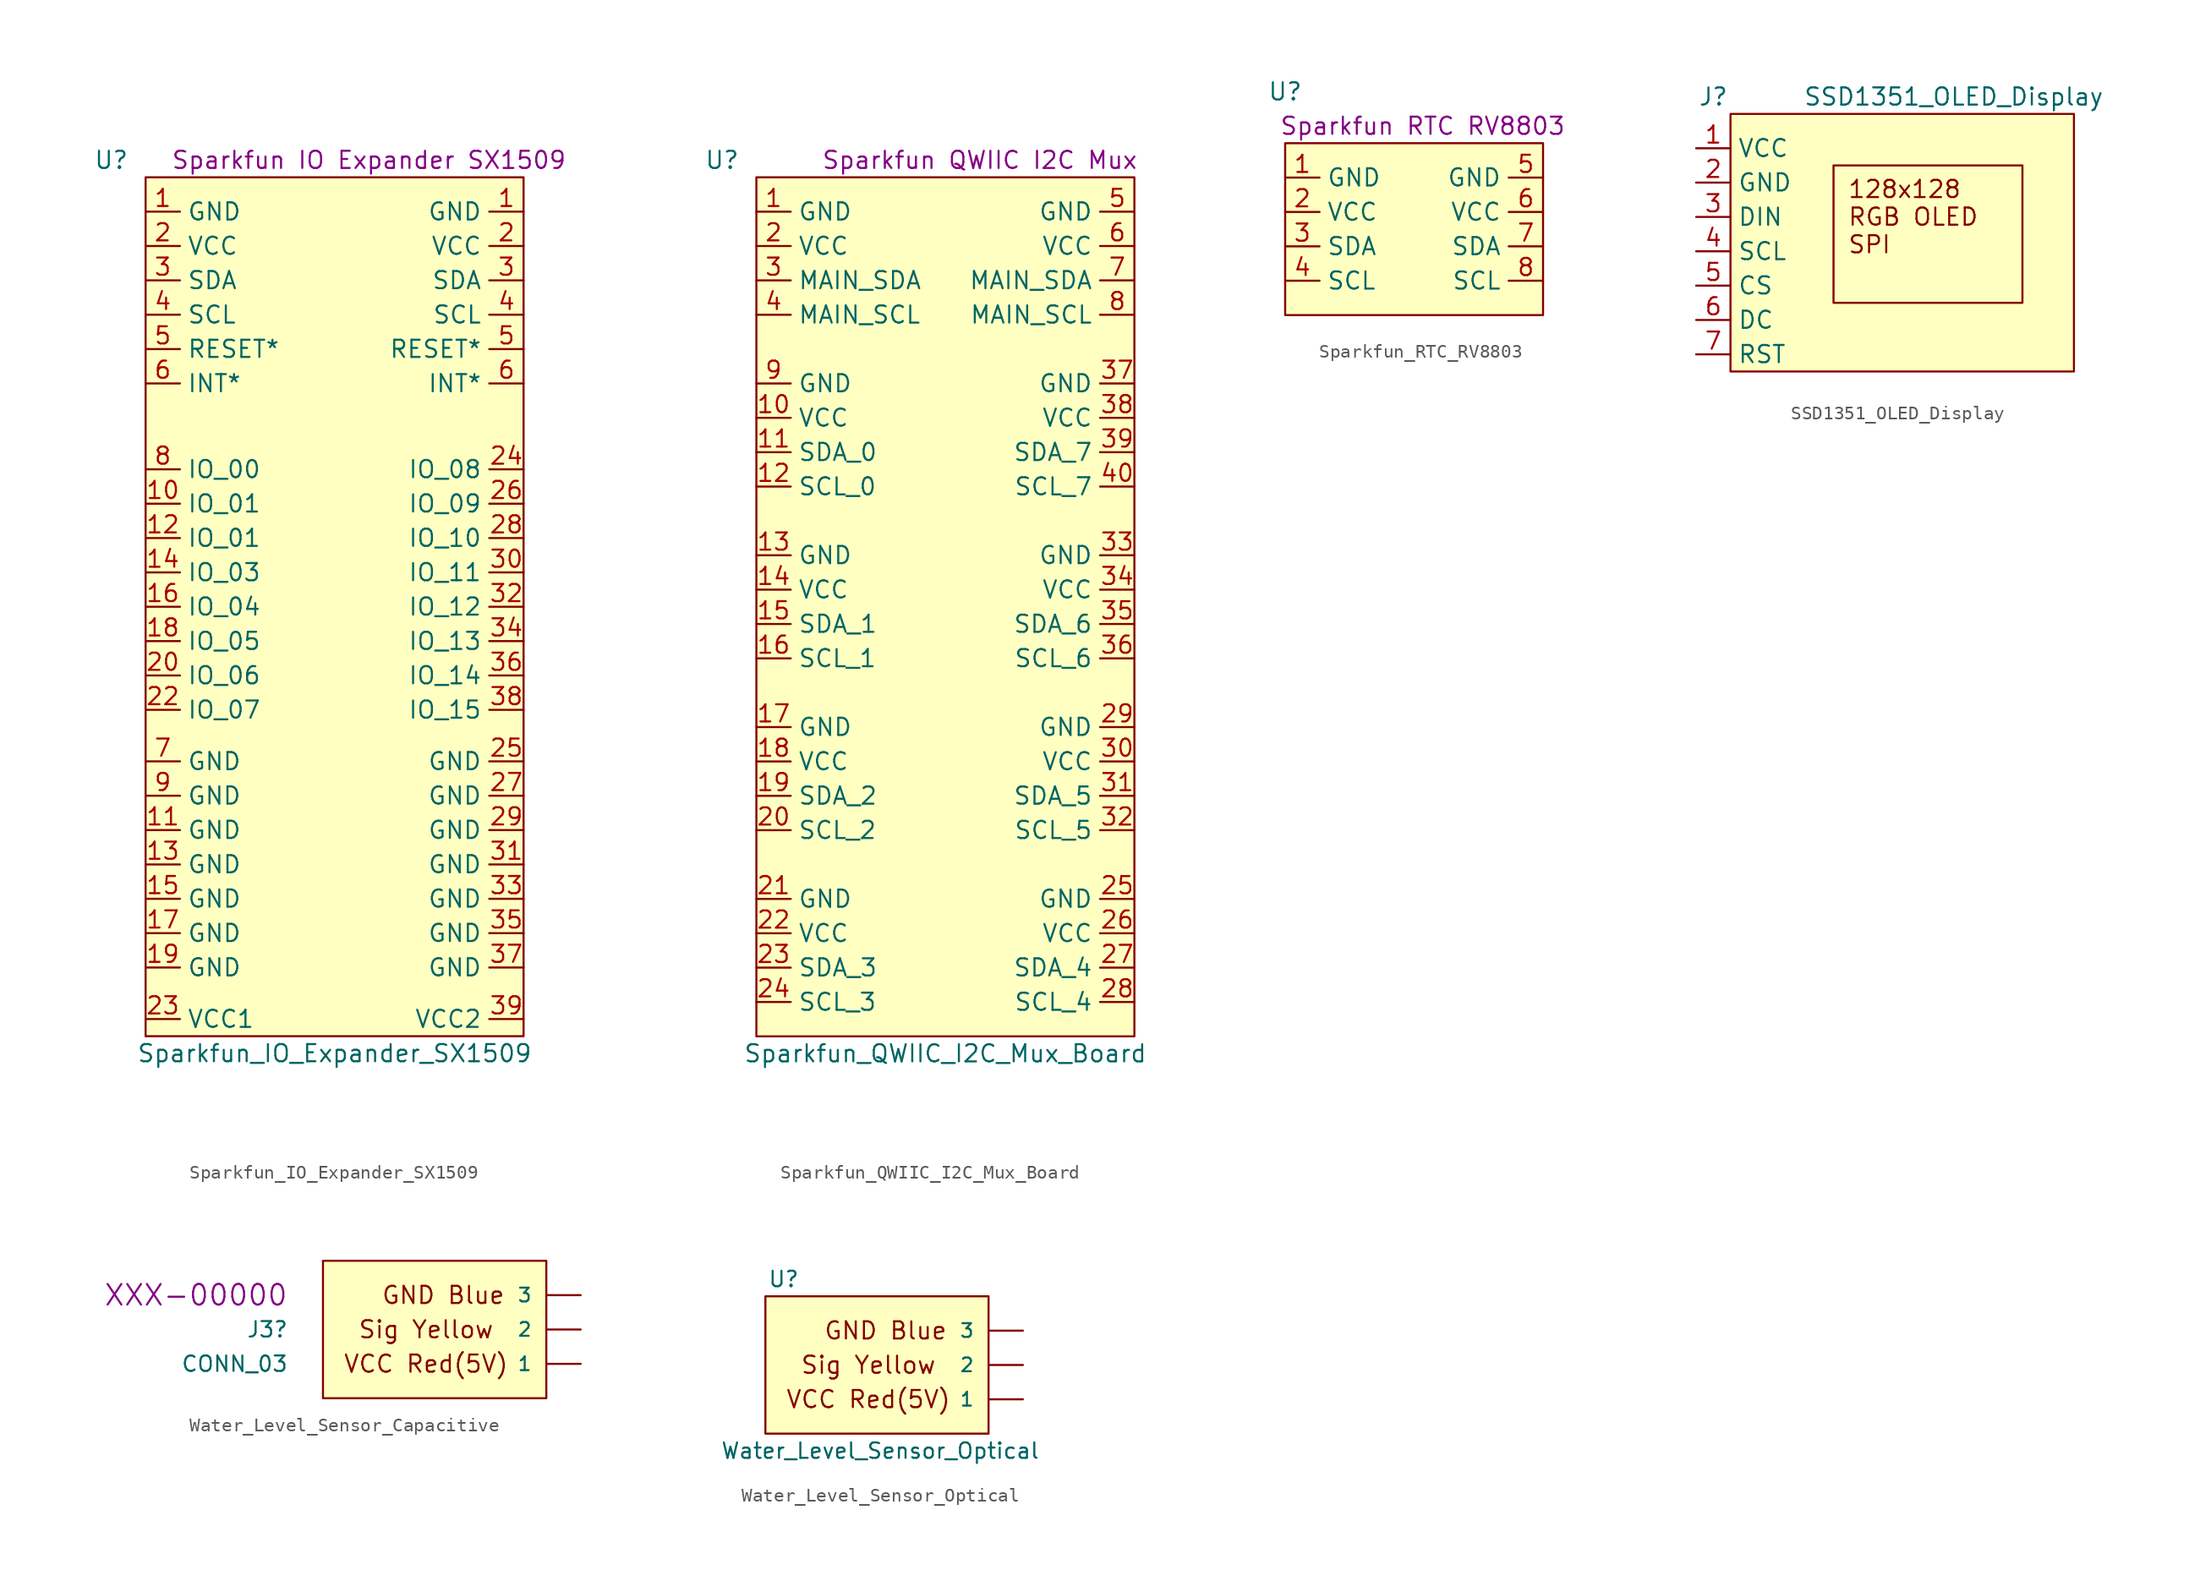
<source format=kicad_sym>
(kicad_symbol_lib
  (version 20220914)
  (generator kicad_symbol_editor)
  (symbol "Sparkfun_IO_Expander_SX1509"
    (property "Reference" "U"
      (at -2.54 0 0)
      (effects (font (size 1.27 1.27))))
    (property "Value" "Sparkfun_IO_Expander_SX1509"
      (at 13.97 -66.04 0)
      (effects (font (size 1.27 1.27))))
    (property "Description" "Sparkfun IO Expander SX1509"
      (at 16.51 0 0)
      (effects (font (size 1.27 1.27))))
    (symbol "Sparkfun_IO_Expander_SX1509_1_1"
      (rectangle (start 0 -1.27) (end 27.94 -64.77) (stroke (width 0) (type default)) (fill (type background)))
      (pin input line (at 0 -3.81 0) (length 2.54) (name "GND" (effects (font (size 1.27 1.27)))) (number "1" (effects (font (size 1.27 1.27)))))
      (pin input line (at 27.94 -3.81 180) (length 2.54) (name "GND" (effects (font (size 1.27 1.27)))) (number "1" (effects (font (size 1.27 1.27)))))
      (pin input line (at 0 -25.4 0) (length 2.54) (name "IO_01" (effects (font (size 1.27 1.27)))) (number "10" (effects (font (size 1.27 1.27)))))
      (pin input line (at 0 -49.53 0) (length 2.54) (name "GND" (effects (font (size 1.27 1.27)))) (number "11" (effects (font (size 1.27 1.27)))))
      (pin input line (at 0 -27.94 0) (length 2.54) (name "IO_01" (effects (font (size 1.27 1.27)))) (number "12" (effects (font (size 1.27 1.27)))))
      (pin input line (at 0 -52.07 0) (length 2.54) (name "GND" (effects (font (size 1.27 1.27)))) (number "13" (effects (font (size 1.27 1.27)))))
      (pin input line (at 0 -30.48 0) (length 2.54) (name "IO_03" (effects (font (size 1.27 1.27)))) (number "14" (effects (font (size 1.27 1.27)))))
      (pin input line (at 0 -54.61 0) (length 2.54) (name "GND" (effects (font (size 1.27 1.27)))) (number "15" (effects (font (size 1.27 1.27)))))
      (pin input line (at 0 -33.02 0) (length 2.54) (name "IO_04" (effects (font (size 1.27 1.27)))) (number "16" (effects (font (size 1.27 1.27)))))
      (pin input line (at 0 -57.15 0) (length 2.54) (name "GND" (effects (font (size 1.27 1.27)))) (number "17" (effects (font (size 1.27 1.27)))))
      (pin input line (at 0 -35.56 0) (length 2.54) (name "IO_05" (effects (font (size 1.27 1.27)))) (number "18" (effects (font (size 1.27 1.27)))))
      (pin input line (at 0 -59.69 0) (length 2.54) (name "GND" (effects (font (size 1.27 1.27)))) (number "19" (effects (font (size 1.27 1.27)))))
      (pin input line (at 0 -6.35 0) (length 2.54) (name "VCC" (effects (font (size 1.27 1.27)))) (number "2" (effects (font (size 1.27 1.27)))))
      (pin input line (at 27.94 -6.35 180) (length 2.54) (name "VCC" (effects (font (size 1.27 1.27)))) (number "2" (effects (font (size 1.27 1.27)))))
      (pin input line (at 0 -38.1 0) (length 2.54) (name "IO_06" (effects (font (size 1.27 1.27)))) (number "20" (effects (font (size 1.27 1.27)))))
      (pin input line (at 0 -40.64 0) (length 2.54) (name "IO_07" (effects (font (size 1.27 1.27)))) (number "22" (effects (font (size 1.27 1.27)))))
      (pin input line (at 0 -63.5 0) (length 2.54) (name "VCC1" (effects (font (size 1.27 1.27)))) (number "23" (effects (font (size 1.27 1.27)))))
      (pin input line (at 27.94 -22.86 180) (length 2.54) (name "IO_08" (effects (font (size 1.27 1.27)))) (number "24" (effects (font (size 1.27 1.27)))))
      (pin input line (at 27.94 -44.45 180) (length 2.54) (name "GND" (effects (font (size 1.27 1.27)))) (number "25" (effects (font (size 1.27 1.27)))))
      (pin input line (at 27.94 -25.4 180) (length 2.54) (name "IO_09" (effects (font (size 1.27 1.27)))) (number "26" (effects (font (size 1.27 1.27)))))
      (pin input line (at 27.94 -46.99 180) (length 2.54) (name "GND" (effects (font (size 1.27 1.27)))) (number "27" (effects (font (size 1.27 1.27)))))
      (pin input line (at 27.94 -27.94 180) (length 2.54) (name "IO_10" (effects (font (size 1.27 1.27)))) (number "28" (effects (font (size 1.27 1.27)))))
      (pin input line (at 27.94 -49.53 180) (length 2.54) (name "GND" (effects (font (size 1.27 1.27)))) (number "29" (effects (font (size 1.27 1.27)))))
      (pin input line (at 0 -8.89 0) (length 2.54) (name "SDA" (effects (font (size 1.27 1.27)))) (number "3" (effects (font (size 1.27 1.27)))))
      (pin input line (at 27.94 -8.89 180) (length 2.54) (name "SDA" (effects (font (size 1.27 1.27)))) (number "3" (effects (font (size 1.27 1.27)))))
      (pin input line (at 27.94 -30.48 180) (length 2.54) (name "IO_11" (effects (font (size 1.27 1.27)))) (number "30" (effects (font (size 1.27 1.27)))))
      (pin input line (at 27.94 -52.07 180) (length 2.54) (name "GND" (effects (font (size 1.27 1.27)))) (number "31" (effects (font (size 1.27 1.27)))))
      (pin input line (at 27.94 -33.02 180) (length 2.54) (name "IO_12" (effects (font (size 1.27 1.27)))) (number "32" (effects (font (size 1.27 1.27)))))
      (pin input line (at 27.94 -54.61 180) (length 2.54) (name "GND" (effects (font (size 1.27 1.27)))) (number "33" (effects (font (size 1.27 1.27)))))
      (pin input line (at 27.94 -35.56 180) (length 2.54) (name "IO_13" (effects (font (size 1.27 1.27)))) (number "34" (effects (font (size 1.27 1.27)))))
      (pin input line (at 27.94 -57.15 180) (length 2.54) (name "GND" (effects (font (size 1.27 1.27)))) (number "35" (effects (font (size 1.27 1.27)))))
      (pin input line (at 27.94 -38.1 180) (length 2.54) (name "IO_14" (effects (font (size 1.27 1.27)))) (number "36" (effects (font (size 1.27 1.27)))))
      (pin input line (at 27.94 -59.69 180) (length 2.54) (name "GND" (effects (font (size 1.27 1.27)))) (number "37" (effects (font (size 1.27 1.27)))))
      (pin input line (at 27.94 -40.64 180) (length 2.54) (name "IO_15" (effects (font (size 1.27 1.27)))) (number "38" (effects (font (size 1.27 1.27)))))
      (pin input line (at 27.94 -63.5 180) (length 2.54) (name "VCC2" (effects (font (size 1.27 1.27)))) (number "39" (effects (font (size 1.27 1.27)))))
      (pin input line (at 0 -11.43 0) (length 2.54) (name "SCL" (effects (font (size 1.27 1.27)))) (number "4" (effects (font (size 1.27 1.27)))))
      (pin input line (at 27.94 -11.43 180) (length 2.54) (name "SCL" (effects (font (size 1.27 1.27)))) (number "4" (effects (font (size 1.27 1.27)))))
      (pin input line (at 0 -13.97 0) (length 2.54) (name "RESET*" (effects (font (size 1.27 1.27)))) (number "5" (effects (font (size 1.27 1.27)))))
      (pin input line (at 27.94 -13.97 180) (length 2.54) (name "RESET*" (effects (font (size 1.27 1.27)))) (number "5" (effects (font (size 1.27 1.27)))))
      (pin input line (at 0 -16.51 0) (length 2.54) (name "INT*" (effects (font (size 1.27 1.27)))) (number "6" (effects (font (size 1.27 1.27)))))
      (pin input line (at 27.94 -16.51 180) (length 2.54) (name "INT*" (effects (font (size 1.27 1.27)))) (number "6" (effects (font (size 1.27 1.27)))))
      (pin input line (at 0 -44.45 0) (length 2.54) (name "GND" (effects (font (size 1.27 1.27)))) (number "7" (effects (font (size 1.27 1.27)))))
      (pin input line (at 0 -22.86 0) (length 2.54) (name "IO_00" (effects (font (size 1.27 1.27)))) (number "8" (effects (font (size 1.27 1.27)))))
      (pin input line (at 0 -46.99 0) (length 2.54) (name "GND" (effects (font (size 1.27 1.27)))) (number "9" (effects (font (size 1.27 1.27)))))))
  (symbol "Sparkfun_QWIIC_I2C_Mux_Board"
    (property "Reference" "U"
      (at -2.54 0 0)
      (effects (font (size 1.27 1.27))))
    (property "Value" "Sparkfun_QWIIC_I2C_Mux_Board"
      (at 13.97 -66.04 0)
      (effects (font (size 1.27 1.27))))
    (property "Description" "Sparkfun QWIIC I2C Mux"
      (at 16.51 0 0)
      (effects (font (size 1.27 1.27))))
    (symbol "Sparkfun_QWIIC_I2C_Mux_Board_1_1"
      (rectangle (start 0 -1.27) (end 27.94 -64.77) (stroke (width 0) (type default)) (fill (type background)))
      (pin input line (at 0 -3.81 0) (length 2.54) (name "GND" (effects (font (size 1.27 1.27)))) (number "1" (effects (font (size 1.27 1.27)))))
      (pin input line (at 0 -19.05 0) (length 2.54) (name "VCC" (effects (font (size 1.27 1.27)))) (number "10" (effects (font (size 1.27 1.27)))))
      (pin input line (at 0 -21.59 0) (length 2.54) (name "SDA_0" (effects (font (size 1.27 1.27)))) (number "11" (effects (font (size 1.27 1.27)))))
      (pin input line (at 0 -24.13 0) (length 2.54) (name "SCL_0" (effects (font (size 1.27 1.27)))) (number "12" (effects (font (size 1.27 1.27)))))
      (pin input line (at 0 -29.21 0) (length 2.54) (name "GND" (effects (font (size 1.27 1.27)))) (number "13" (effects (font (size 1.27 1.27)))))
      (pin input line (at 0 -31.75 0) (length 2.54) (name "VCC" (effects (font (size 1.27 1.27)))) (number "14" (effects (font (size 1.27 1.27)))))
      (pin input line (at 0 -34.29 0) (length 2.54) (name "SDA_1" (effects (font (size 1.27 1.27)))) (number "15" (effects (font (size 1.27 1.27)))))
      (pin input line (at 0 -36.83 0) (length 2.54) (name "SCL_1" (effects (font (size 1.27 1.27)))) (number "16" (effects (font (size 1.27 1.27)))))
      (pin input line (at 0 -41.91 0) (length 2.54) (name "GND" (effects (font (size 1.27 1.27)))) (number "17" (effects (font (size 1.27 1.27)))))
      (pin input line (at 0 -44.45 0) (length 2.54) (name "VCC" (effects (font (size 1.27 1.27)))) (number "18" (effects (font (size 1.27 1.27)))))
      (pin input line (at 0 -46.99 0) (length 2.54) (name "SDA_2" (effects (font (size 1.27 1.27)))) (number "19" (effects (font (size 1.27 1.27)))))
      (pin input line (at 0 -6.35 0) (length 2.54) (name "VCC" (effects (font (size 1.27 1.27)))) (number "2" (effects (font (size 1.27 1.27)))))
      (pin input line (at 0 -49.53 0) (length 2.54) (name "SCL_2" (effects (font (size 1.27 1.27)))) (number "20" (effects (font (size 1.27 1.27)))))
      (pin input line (at 0 -54.61 0) (length 2.54) (name "GND" (effects (font (size 1.27 1.27)))) (number "21" (effects (font (size 1.27 1.27)))))
      (pin input line (at 0 -57.15 0) (length 2.54) (name "VCC" (effects (font (size 1.27 1.27)))) (number "22" (effects (font (size 1.27 1.27)))))
      (pin input line (at 0 -59.69 0) (length 2.54) (name "SDA_3" (effects (font (size 1.27 1.27)))) (number "23" (effects (font (size 1.27 1.27)))))
      (pin input line (at 0 -62.23 0) (length 2.54) (name "SCL_3" (effects (font (size 1.27 1.27)))) (number "24" (effects (font (size 1.27 1.27)))))
      (pin input line (at 27.94 -54.61 180) (length 2.54) (name "GND" (effects (font (size 1.27 1.27)))) (number "25" (effects (font (size 1.27 1.27)))))
      (pin input line (at 27.94 -57.15 180) (length 2.54) (name "VCC" (effects (font (size 1.27 1.27)))) (number "26" (effects (font (size 1.27 1.27)))))
      (pin input line (at 27.94 -59.69 180) (length 2.54) (name "SDA_4" (effects (font (size 1.27 1.27)))) (number "27" (effects (font (size 1.27 1.27)))))
      (pin input line (at 27.94 -62.23 180) (length 2.54) (name "SCL_4" (effects (font (size 1.27 1.27)))) (number "28" (effects (font (size 1.27 1.27)))))
      (pin input line (at 27.94 -41.91 180) (length 2.54) (name "GND" (effects (font (size 1.27 1.27)))) (number "29" (effects (font (size 1.27 1.27)))))
      (pin input line (at 0 -8.89 0) (length 2.54) (name "MAIN_SDA" (effects (font (size 1.27 1.27)))) (number "3" (effects (font (size 1.27 1.27)))))
      (pin input line (at 27.94 -44.45 180) (length 2.54) (name "VCC" (effects (font (size 1.27 1.27)))) (number "30" (effects (font (size 1.27 1.27)))))
      (pin input line (at 27.94 -46.99 180) (length 2.54) (name "SDA_5" (effects (font (size 1.27 1.27)))) (number "31" (effects (font (size 1.27 1.27)))))
      (pin input line (at 27.94 -49.53 180) (length 2.54) (name "SCL_5" (effects (font (size 1.27 1.27)))) (number "32" (effects (font (size 1.27 1.27)))))
      (pin input line (at 27.94 -29.21 180) (length 2.54) (name "GND" (effects (font (size 1.27 1.27)))) (number "33" (effects (font (size 1.27 1.27)))))
      (pin input line (at 27.94 -31.75 180) (length 2.54) (name "VCC" (effects (font (size 1.27 1.27)))) (number "34" (effects (font (size 1.27 1.27)))))
      (pin input line (at 27.94 -34.29 180) (length 2.54) (name "SDA_6" (effects (font (size 1.27 1.27)))) (number "35" (effects (font (size 1.27 1.27)))))
      (pin input line (at 27.94 -36.83 180) (length 2.54) (name "SCL_6" (effects (font (size 1.27 1.27)))) (number "36" (effects (font (size 1.27 1.27)))))
      (pin input line (at 27.94 -16.51 180) (length 2.54) (name "GND" (effects (font (size 1.27 1.27)))) (number "37" (effects (font (size 1.27 1.27)))))
      (pin input line (at 27.94 -19.05 180) (length 2.54) (name "VCC" (effects (font (size 1.27 1.27)))) (number "38" (effects (font (size 1.27 1.27)))))
      (pin input line (at 27.94 -21.59 180) (length 2.54) (name "SDA_7" (effects (font (size 1.27 1.27)))) (number "39" (effects (font (size 1.27 1.27)))))
      (pin input line (at 0 -11.43 0) (length 2.54) (name "MAIN_SCL" (effects (font (size 1.27 1.27)))) (number "4" (effects (font (size 1.27 1.27)))))
      (pin input line (at 27.94 -24.13 180) (length 2.54) (name "SCL_7" (effects (font (size 1.27 1.27)))) (number "40" (effects (font (size 1.27 1.27)))))
      (pin input line (at 27.94 -3.81 180) (length 2.54) (name "GND" (effects (font (size 1.27 1.27)))) (number "5" (effects (font (size 1.27 1.27)))))
      (pin input line (at 27.94 -6.35 180) (length 2.54) (name "VCC" (effects (font (size 1.27 1.27)))) (number "6" (effects (font (size 1.27 1.27)))))
      (pin input line (at 27.94 -8.89 180) (length 2.54) (name "MAIN_SDA" (effects (font (size 1.27 1.27)))) (number "7" (effects (font (size 1.27 1.27)))))
      (pin input line (at 27.94 -11.43 180) (length 2.54) (name "MAIN_SCL" (effects (font (size 1.27 1.27)))) (number "8" (effects (font (size 1.27 1.27)))))
      (pin input line (at 0 -16.51 0) (length 2.54) (name "GND" (effects (font (size 1.27 1.27)))) (number "9" (effects (font (size 1.27 1.27)))))))
  (symbol "Sparkfun_RTC_RV8803"
    (property "Reference" "U"
      (at 0 2.54 0)
      (effects (font (size 1.27 1.27))))
    (property "Value" ""
      (at 0 0 0)
      (effects (font (size 1.27 1.27))))
    (property "Description" "Sparkfun RTC RV8803"
      (at 10.16 0 0)
      (effects (font (size 1.27 1.27))))
    (symbol "Sparkfun_RTC_RV8803_1_1"
      (rectangle (start 0 -1.27) (end 19.05 -13.97) (stroke (width 0) (type default)) (fill (type background)))
      (pin input line (at 0 -3.81 0) (length 2.54) (name "GND" (effects (font (size 1.27 1.27)))) (number "1" (effects (font (size 1.27 1.27)))))
      (pin input line (at 0 -6.35 0) (length 2.54) (name "VCC" (effects (font (size 1.27 1.27)))) (number "2" (effects (font (size 1.27 1.27)))))
      (pin input line (at 0 -8.89 0) (length 2.54) (name "SDA" (effects (font (size 1.27 1.27)))) (number "3" (effects (font (size 1.27 1.27)))))
      (pin input line (at 0 -11.43 0) (length 2.54) (name "SCL" (effects (font (size 1.27 1.27)))) (number "4" (effects (font (size 1.27 1.27)))))
      (pin input line (at 19.05 -3.81 180) (length 2.54) (name "GND" (effects (font (size 1.27 1.27)))) (number "5" (effects (font (size 1.27 1.27)))))
      (pin input line (at 19.05 -6.35 180) (length 2.54) (name "VCC" (effects (font (size 1.27 1.27)))) (number "6" (effects (font (size 1.27 1.27)))))
      (pin input line (at 19.05 -8.89 180) (length 2.54) (name "SDA" (effects (font (size 1.27 1.27)))) (number "7" (effects (font (size 1.27 1.27)))))
      (pin input line (at 19.05 -11.43 180) (length 2.54) (name "SCL" (effects (font (size 1.27 1.27)))) (number "8" (effects (font (size 1.27 1.27)))))))
  (symbol "SSD1351_OLED_Display"
    (property "Reference" "J"
      (at -1.27 -1.27 0)
      (effects (font (size 1.27 1.27))))
    (property "Value" "SSD1351_OLED_Display"
      (at 16.51 -1.27 0)
      (effects (font (size 1.27 1.27))))
    (symbol "SSD1351_OLED_Display_0_0"
      (text_box "128x128 RGB OLED\nSPI" (at 7.62 -6.35 0) (size 13.97 -10.16) (stroke (width 0) (type default)) (fill (type none)) (effects (font (size 1.27 1.27)) (justify left top))))
    (symbol "SSD1351_OLED_Display_1_1"
      (rectangle (start 0 -2.54) (end 25.4 -21.59) (stroke (width 0) (type default)) (fill (type background)))
      (pin power_in line (at -2.54 -5.08 0) (length 2.54) (name "VCC" (effects (font (size 1.27 1.27)))) (number "1" (effects (font (size 1.27 1.27)))))
      (pin power_in line (at -2.54 -7.62 0) (length 2.54) (name "GND" (effects (font (size 1.27 1.27)))) (number "2" (effects (font (size 1.27 1.27)))))
      (pin input line (at -2.54 -10.16 0) (length 2.54) (name "DIN" (effects (font (size 1.27 1.27)))) (number "3" (effects (font (size 1.27 1.27)))))
      (pin input line (at -2.54 -12.7 0) (length 2.54) (name "SCL" (effects (font (size 1.27 1.27)))) (number "4" (effects (font (size 1.27 1.27)))))
      (pin input line (at -2.54 -15.24 0) (length 2.54) (name "CS" (effects (font (size 1.27 1.27)))) (number "5" (effects (font (size 1.27 1.27)))))
      (pin input line (at -2.54 -17.78 0) (length 2.54) (name "DC" (effects (font (size 1.27 1.27)))) (number "6" (effects (font (size 1.27 1.27)))))
      (pin input line (at -2.54 -20.32 0) (length 2.54) (name "RST" (effects (font (size 1.27 1.27)))) (number "7" (effects (font (size 1.27 1.27)))))))
  (symbol "Water_Level_Sensor_Capacitive"
    (pin_numbers hide)
    (pin_names
      (offset 1.016))
    (property "Reference" "J3"
      (at -10.16 2.54 0)
      (effects (font (size 1.143 1.143)) (justify right)))
    (property "Value" "CONN_03"
      (at -10.16 0 0)
      (effects (font (size 1.143 1.143)) (justify right)))
    (property "Field4" "XXX-00000"
      (at -10.16 5.08 0)
      (effects (font (size 1.524 1.524)) (justify right)))
    (property "ki_locked" ""
      (at 0 0 0)
      (effects (font (size 1.27 1.27))))
    (symbol "Water_Level_Sensor_Capacitive_0_1"
      (rectangle (start -7.62 7.62) (end 8.89 -2.54) (stroke (width 0) (type solid)) (fill (type background))))
    (symbol "Water_Level_Sensor_Capacitive_1_1"
      (text "GND Blue" (at 1.27 5.08 0) (effects (font (size 1.27 1.27))))
      (text "Sig Yellow" (at 0 2.54 0) (effects (font (size 1.27 1.27))))
      (text "VCC Red(5V)" (at 0 0 0) (effects (font (size 1.27 1.27))))
      (pin passive line (at 11.43 0 180) (length 2.54) (name "1" (effects (font (size 1.016 1.016)))) (number "1" (effects (font (size 1.016 1.016)))))
      (pin passive line (at 11.43 2.54 180) (length 2.54) (name "2" (effects (font (size 1.016 1.016)))) (number "2" (effects (font (size 1.016 1.016)))))
      (pin passive line (at 11.43 5.08 180) (length 2.54) (name "3" (effects (font (size 1.016 1.016)))) (number "3" (effects (font (size 1.016 1.016)))))))
  (symbol "Water_Level_Sensor_Optical"
    (pin_numbers hide)
    (pin_names
      (offset 1.016))
    (property "Reference" "U"
      (at -5.08 8.89 0)
      (effects (font (size 1.143 1.143)) (justify right)))
    (property "Value" "Water_Level_Sensor_Optical"
      (at 12.7 -3.81 0)
      (effects (font (size 1.143 1.143)) (justify right)))
    (symbol "Water_Level_Sensor_Optical_0_1"
      (rectangle (start -7.62 7.62) (end 8.89 -2.54) (stroke (width 0) (type solid)) (fill (type background))))
    (symbol "Water_Level_Sensor_Optical_1_1"
      (text "GND Blue" (at 1.27 5.08 0) (effects (font (size 1.27 1.27))))
      (text "Sig Yellow" (at 0 2.54 0) (effects (font (size 1.27 1.27))))
      (text "VCC Red(5V)" (at 0 0 0) (effects (font (size 1.27 1.27))))
      (pin passive line (at 11.43 0 180) (length 2.54) (name "1" (effects (font (size 1.016 1.016)))) (number "1" (effects (font (size 1.016 1.016)))))
      (pin passive line (at 11.43 2.54 180) (length 2.54) (name "2" (effects (font (size 1.016 1.016)))) (number "2" (effects (font (size 1.016 1.016)))))
      (pin passive line (at 11.43 5.08 180) (length 2.54) (name "3" (effects (font (size 1.016 1.016)))) (number "3" (effects (font (size 1.016 1.016))))))))
</source>
